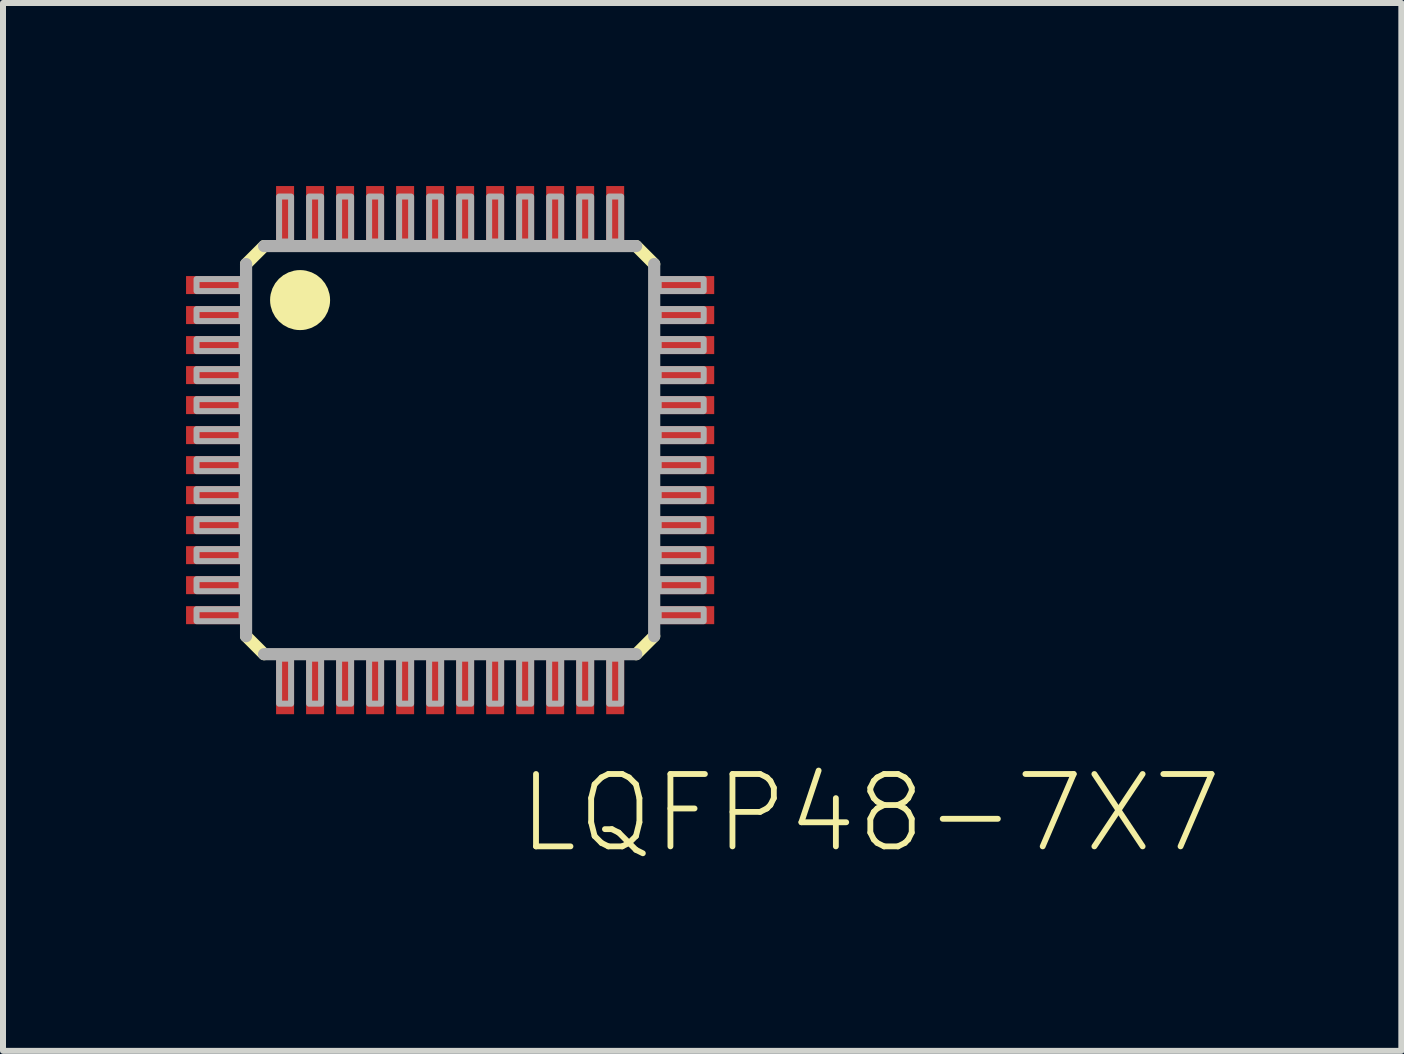
<source format=kicad_pcb>
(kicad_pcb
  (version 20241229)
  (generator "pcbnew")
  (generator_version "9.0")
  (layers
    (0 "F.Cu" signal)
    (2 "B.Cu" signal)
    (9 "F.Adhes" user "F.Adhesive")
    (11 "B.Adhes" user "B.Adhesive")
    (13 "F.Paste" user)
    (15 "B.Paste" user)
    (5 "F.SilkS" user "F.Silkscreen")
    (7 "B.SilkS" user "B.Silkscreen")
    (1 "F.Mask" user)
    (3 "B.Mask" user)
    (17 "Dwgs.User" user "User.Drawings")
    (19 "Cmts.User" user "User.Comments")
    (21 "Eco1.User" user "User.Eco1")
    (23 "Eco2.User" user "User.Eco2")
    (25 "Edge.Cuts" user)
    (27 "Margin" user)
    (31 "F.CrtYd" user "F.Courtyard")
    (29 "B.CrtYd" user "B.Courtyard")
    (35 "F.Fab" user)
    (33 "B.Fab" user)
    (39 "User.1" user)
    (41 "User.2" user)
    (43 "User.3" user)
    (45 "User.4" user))
  (footprint "LQFP48-7X7"
    (layer "F.Cu")
    (at 4.45 4.45)
    (property "Reference" "LQFP48-7X7" (at 1.08 6.755 180) (layer "F.SilkS") (effects (font (size 1.206 1.206) (thickness 0.097)) (justify left bottom)))
    (attr through_hole)
    (fp_poly (pts (xy -4.45 -2.55) (xy -3.45 -2.55) (xy -3.45 -2.95) (xy -4.45 -2.95)) (stroke (width 0) (type solid)) (fill yes) (layer "F.Mask"))
    (fp_poly (pts (xy -4.45 -2.05) (xy -3.45 -2.05) (xy -3.45 -2.45) (xy -4.45 -2.45)) (stroke (width 0) (type solid)) (fill yes) (layer "F.Mask"))
    (fp_poly (pts (xy -4.45 -1.55) (xy -3.45 -1.55) (xy -3.45 -1.95) (xy -4.45 -1.95)) (stroke (width 0) (type solid)) (fill yes) (layer "F.Mask"))
    (fp_poly (pts (xy -4.45 -1.05) (xy -3.45 -1.05) (xy -3.45 -1.45) (xy -4.45 -1.45)) (stroke (width 0) (type solid)) (fill yes) (layer "F.Mask"))
    (fp_poly (pts (xy -4.45 -0.55) (xy -3.45 -0.55) (xy -3.45 -0.95) (xy -4.45 -0.95)) (stroke (width 0) (type solid)) (fill yes) (layer "F.Mask"))
    (fp_poly (pts (xy -4.45 -0.05) (xy -3.45 -0.05) (xy -3.45 -0.45) (xy -4.45 -0.45)) (stroke (width 0) (type solid)) (fill yes) (layer "F.Mask"))
    (fp_poly (pts (xy -4.45 0.45) (xy -3.45 0.45) (xy -3.45 0.05) (xy -4.45 0.05)) (stroke (width 0) (type solid)) (fill yes) (layer "F.Mask"))
    (fp_poly (pts (xy -4.45 0.95) (xy -3.45 0.95) (xy -3.45 0.55) (xy -4.45 0.55)) (stroke (width 0) (type solid)) (fill yes) (layer "F.Mask"))
    (fp_poly (pts (xy -4.45 1.45) (xy -3.45 1.45) (xy -3.45 1.05) (xy -4.45 1.05)) (stroke (width 0) (type solid)) (fill yes) (layer "F.Mask"))
    (fp_poly (pts (xy -4.45 1.95) (xy -3.45 1.95) (xy -3.45 1.55) (xy -4.45 1.55)) (stroke (width 0) (type solid)) (fill yes) (layer "F.Mask"))
    (fp_poly (pts (xy -4.45 2.45) (xy -3.45 2.45) (xy -3.45 2.05) (xy -4.45 2.05)) (stroke (width 0) (type solid)) (fill yes) (layer "F.Mask"))
    (fp_poly (pts (xy -4.45 2.95) (xy -3.45 2.95) (xy -3.45 2.55) (xy -4.45 2.55)) (stroke (width 0) (type solid)) (fill yes) (layer "F.Mask"))
    (fp_poly (pts (xy -2.95 -4.45) (xy -2.95 -3.45) (xy -2.55 -3.45) (xy -2.55 -4.45)) (stroke (width 0) (type solid)) (fill yes) (layer "F.Mask"))
    (fp_poly (pts (xy -2.55 4.45) (xy -2.55 3.45) (xy -2.95 3.45) (xy -2.95 4.45)) (stroke (width 0) (type solid)) (fill yes) (layer "F.Mask"))
    (fp_poly (pts (xy -2.45 -4.45) (xy -2.45 -3.45) (xy -2.05 -3.45) (xy -2.05 -4.45)) (stroke (width 0) (type solid)) (fill yes) (layer "F.Mask"))
    (fp_poly (pts (xy -2.05 4.45) (xy -2.05 3.45) (xy -2.45 3.45) (xy -2.45 4.45)) (stroke (width 0) (type solid)) (fill yes) (layer "F.Mask"))
    (fp_poly (pts (xy -1.95 -4.45) (xy -1.95 -3.45) (xy -1.55 -3.45) (xy -1.55 -4.45)) (stroke (width 0) (type solid)) (fill yes) (layer "F.Mask"))
    (fp_poly (pts (xy -1.55 4.45) (xy -1.55 3.45) (xy -1.95 3.45) (xy -1.95 4.45)) (stroke (width 0) (type solid)) (fill yes) (layer "F.Mask"))
    (fp_poly (pts (xy -1.45 -4.45) (xy -1.45 -3.45) (xy -1.05 -3.45) (xy -1.05 -4.45)) (stroke (width 0) (type solid)) (fill yes) (layer "F.Mask"))
    (fp_poly (pts (xy -1.05 4.45) (xy -1.05 3.45) (xy -1.45 3.45) (xy -1.45 4.45)) (stroke (width 0) (type solid)) (fill yes) (layer "F.Mask"))
    (fp_poly (pts (xy -0.95 -4.45) (xy -0.95 -3.45) (xy -0.55 -3.45) (xy -0.55 -4.45)) (stroke (width 0) (type solid)) (fill yes) (layer "F.Mask"))
    (fp_poly (pts (xy -0.55 4.45) (xy -0.55 3.45) (xy -0.95 3.45) (xy -0.95 4.45)) (stroke (width 0) (type solid)) (fill yes) (layer "F.Mask"))
    (fp_poly (pts (xy -0.45 -4.45) (xy -0.45 -3.45) (xy -0.05 -3.45) (xy -0.05 -4.45)) (stroke (width 0) (type solid)) (fill yes) (layer "F.Mask"))
    (fp_poly (pts (xy -0.05 4.45) (xy -0.05 3.45) (xy -0.45 3.45) (xy -0.45 4.45)) (stroke (width 0) (type solid)) (fill yes) (layer "F.Mask"))
    (fp_poly (pts (xy 0.05 -4.45) (xy 0.05 -3.45) (xy 0.45 -3.45) (xy 0.45 -4.45)) (stroke (width 0) (type solid)) (fill yes) (layer "F.Mask"))
    (fp_poly (pts (xy 0.45 4.45) (xy 0.45 3.45) (xy 0.05 3.45) (xy 0.05 4.45)) (stroke (width 0) (type solid)) (fill yes) (layer "F.Mask"))
    (fp_poly (pts (xy 0.55 -4.45) (xy 0.55 -3.45) (xy 0.95 -3.45) (xy 0.95 -4.45)) (stroke (width 0) (type solid)) (fill yes) (layer "F.Mask"))
    (fp_poly (pts (xy 0.95 4.45) (xy 0.95 3.45) (xy 0.55 3.45) (xy 0.55 4.45)) (stroke (width 0) (type solid)) (fill yes) (layer "F.Mask"))
    (fp_poly (pts (xy 1.05 -4.45) (xy 1.05 -3.45) (xy 1.45 -3.45) (xy 1.45 -4.45)) (stroke (width 0) (type solid)) (fill yes) (layer "F.Mask"))
    (fp_poly (pts (xy 1.45 4.45) (xy 1.45 3.45) (xy 1.05 3.45) (xy 1.05 4.45)) (stroke (width 0) (type solid)) (fill yes) (layer "F.Mask"))
    (fp_poly (pts (xy 1.55 -4.45) (xy 1.55 -3.45) (xy 1.95 -3.45) (xy 1.95 -4.45)) (stroke (width 0) (type solid)) (fill yes) (layer "F.Mask"))
    (fp_poly (pts (xy 1.95 4.45) (xy 1.95 3.45) (xy 1.55 3.45) (xy 1.55 4.45)) (stroke (width 0) (type solid)) (fill yes) (layer "F.Mask"))
    (fp_poly (pts (xy 2.05 -4.45) (xy 2.05 -3.45) (xy 2.45 -3.45) (xy 2.45 -4.45)) (stroke (width 0) (type solid)) (fill yes) (layer "F.Mask"))
    (fp_poly (pts (xy 2.45 4.45) (xy 2.45 3.45) (xy 2.05 3.45) (xy 2.05 4.45)) (stroke (width 0) (type solid)) (fill yes) (layer "F.Mask"))
    (fp_poly (pts (xy 2.55 -4.45) (xy 2.55 -3.45) (xy 2.95 -3.45) (xy 2.95 -4.45)) (stroke (width 0) (type solid)) (fill yes) (layer "F.Mask"))
    (fp_poly (pts (xy 2.95 4.45) (xy 2.95 3.45) (xy 2.55 3.45) (xy 2.55 4.45)) (stroke (width 0) (type solid)) (fill yes) (layer "F.Mask"))
    (fp_poly (pts (xy 4.45 -2.95) (xy 3.45 -2.95) (xy 3.45 -2.55) (xy 4.45 -2.55)) (stroke (width 0) (type solid)) (fill yes) (layer "F.Mask"))
    (fp_poly (pts (xy 4.45 -2.45) (xy 3.45 -2.45) (xy 3.45 -2.05) (xy 4.45 -2.05)) (stroke (width 0) (type solid)) (fill yes) (layer "F.Mask"))
    (fp_poly (pts (xy 4.45 -1.95) (xy 3.45 -1.95) (xy 3.45 -1.55) (xy 4.45 -1.55)) (stroke (width 0) (type solid)) (fill yes) (layer "F.Mask"))
    (fp_poly (pts (xy 4.45 -1.45) (xy 3.45 -1.45) (xy 3.45 -1.05) (xy 4.45 -1.05)) (stroke (width 0) (type solid)) (fill yes) (layer "F.Mask"))
    (fp_poly (pts (xy 4.45 -0.95) (xy 3.45 -0.95) (xy 3.45 -0.55) (xy 4.45 -0.55)) (stroke (width 0) (type solid)) (fill yes) (layer "F.Mask"))
    (fp_poly (pts (xy 4.45 -0.45) (xy 3.45 -0.45) (xy 3.45 -0.05) (xy 4.45 -0.05)) (stroke (width 0) (type solid)) (fill yes) (layer "F.Mask"))
    (fp_poly (pts (xy 4.45 0.05) (xy 3.45 0.05) (xy 3.45 0.45) (xy 4.45 0.45)) (stroke (width 0) (type solid)) (fill yes) (layer "F.Mask"))
    (fp_poly (pts (xy 4.45 0.55) (xy 3.45 0.55) (xy 3.45 0.95) (xy 4.45 0.95)) (stroke (width 0) (type solid)) (fill yes) (layer "F.Mask"))
    (fp_poly (pts (xy 4.45 1.05) (xy 3.45 1.05) (xy 3.45 1.45) (xy 4.45 1.45)) (stroke (width 0) (type solid)) (fill yes) (layer "F.Mask"))
    (fp_poly (pts (xy 4.45 1.55) (xy 3.45 1.55) (xy 3.45 1.95) (xy 4.45 1.95)) (stroke (width 0) (type solid)) (fill yes) (layer "F.Mask"))
    (fp_poly (pts (xy 4.45 2.05) (xy 3.45 2.05) (xy 3.45 2.45) (xy 4.45 2.45)) (stroke (width 0) (type solid)) (fill yes) (layer "F.Mask"))
    (fp_poly (pts (xy 4.45 2.55) (xy 3.45 2.55) (xy 3.45 2.95) (xy 4.45 2.95)) (stroke (width 0) (type solid)) (fill yes) (layer "F.Mask"))
    (fp_line (start -3.4 -3.1) (end -3.1 -3.4) (stroke (width 0.203) (type solid)) (layer "F.SilkS"))
    (fp_line (start -3.1 3.4) (end -3.4 3.1) (stroke (width 0.203) (type solid)) (layer "F.SilkS"))
    (fp_line (start 3.1 -3.4) (end 3.4 -3.1) (stroke (width 0.203) (type solid)) (layer "F.SilkS"))
    (fp_line (start 3.4 3.1) (end 3.1 3.4) (stroke (width 0.203) (type solid)) (layer "F.SilkS"))
    (fp_circle (center -2.5 -2.5) (end -2.25 -2.5) (stroke (width 0.5) (type solid)) (fill no) (layer "F.SilkS"))
    (fp_poly (pts (xy -4.375 -2.625) (xy -3.525 -2.625) (xy -3.525 -2.875) (xy -4.375 -2.875)) (stroke (width 0) (type solid)) (fill yes) (layer "F.Paste"))
    (fp_poly (pts (xy -4.375 -2.125) (xy -3.525 -2.125) (xy -3.525 -2.375) (xy -4.375 -2.375)) (stroke (width 0) (type solid)) (fill yes) (layer "F.Paste"))
    (fp_poly (pts (xy -4.375 -1.625) (xy -3.525 -1.625) (xy -3.525 -1.875) (xy -4.375 -1.875)) (stroke (width 0) (type solid)) (fill yes) (layer "F.Paste"))
    (fp_poly (pts (xy -4.375 -1.125) (xy -3.525 -1.125) (xy -3.525 -1.375) (xy -4.375 -1.375)) (stroke (width 0) (type solid)) (fill yes) (layer "F.Paste"))
    (fp_poly (pts (xy -4.375 -0.625) (xy -3.525 -0.625) (xy -3.525 -0.875) (xy -4.375 -0.875)) (stroke (width 0) (type solid)) (fill yes) (layer "F.Paste"))
    (fp_poly (pts (xy -4.375 -0.125) (xy -3.525 -0.125) (xy -3.525 -0.375) (xy -4.375 -0.375)) (stroke (width 0) (type solid)) (fill yes) (layer "F.Paste"))
    (fp_poly (pts (xy -4.375 0.375) (xy -3.525 0.375) (xy -3.525 0.125) (xy -4.375 0.125)) (stroke (width 0) (type solid)) (fill yes) (layer "F.Paste"))
    (fp_poly (pts (xy -4.375 0.875) (xy -3.525 0.875) (xy -3.525 0.625) (xy -4.375 0.625)) (stroke (width 0) (type solid)) (fill yes) (layer "F.Paste"))
    (fp_poly (pts (xy -4.375 1.375) (xy -3.525 1.375) (xy -3.525 1.125) (xy -4.375 1.125)) (stroke (width 0) (type solid)) (fill yes) (layer "F.Paste"))
    (fp_poly (pts (xy -4.375 1.875) (xy -3.525 1.875) (xy -3.525 1.625) (xy -4.375 1.625)) (stroke (width 0) (type solid)) (fill yes) (layer "F.Paste"))
    (fp_poly (pts (xy -4.375 2.375) (xy -3.525 2.375) (xy -3.525 2.125) (xy -4.375 2.125)) (stroke (width 0) (type solid)) (fill yes) (layer "F.Paste"))
    (fp_poly (pts (xy -4.375 2.875) (xy -3.525 2.875) (xy -3.525 2.625) (xy -4.375 2.625)) (stroke (width 0) (type solid)) (fill yes) (layer "F.Paste"))
    (fp_poly (pts (xy -2.875 -4.375) (xy -2.875 -3.525) (xy -2.625 -3.525) (xy -2.625 -4.375)) (stroke (width 0) (type solid)) (fill yes) (layer "F.Paste"))
    (fp_poly (pts (xy -2.625 4.375) (xy -2.625 3.525) (xy -2.875 3.525) (xy -2.875 4.375)) (stroke (width 0) (type solid)) (fill yes) (layer "F.Paste"))
    (fp_poly (pts (xy -2.375 -4.375) (xy -2.375 -3.525) (xy -2.125 -3.525) (xy -2.125 -4.375)) (stroke (width 0) (type solid)) (fill yes) (layer "F.Paste"))
    (fp_poly (pts (xy -2.125 4.375) (xy -2.125 3.525) (xy -2.375 3.525) (xy -2.375 4.375)) (stroke (width 0) (type solid)) (fill yes) (layer "F.Paste"))
    (fp_poly (pts (xy -1.875 -4.375) (xy -1.875 -3.525) (xy -1.625 -3.525) (xy -1.625 -4.375)) (stroke (width 0) (type solid)) (fill yes) (layer "F.Paste"))
    (fp_poly (pts (xy -1.625 4.375) (xy -1.625 3.525) (xy -1.875 3.525) (xy -1.875 4.375)) (stroke (width 0) (type solid)) (fill yes) (layer "F.Paste"))
    (fp_poly (pts (xy -1.375 -4.375) (xy -1.375 -3.525) (xy -1.125 -3.525) (xy -1.125 -4.375)) (stroke (width 0) (type solid)) (fill yes) (layer "F.Paste"))
    (fp_poly (pts (xy -1.125 4.375) (xy -1.125 3.525) (xy -1.375 3.525) (xy -1.375 4.375)) (stroke (width 0) (type solid)) (fill yes) (layer "F.Paste"))
    (fp_poly (pts (xy -0.875 -4.375) (xy -0.875 -3.525) (xy -0.625 -3.525) (xy -0.625 -4.375)) (stroke (width 0) (type solid)) (fill yes) (layer "F.Paste"))
    (fp_poly (pts (xy -0.625 4.375) (xy -0.625 3.525) (xy -0.875 3.525) (xy -0.875 4.375)) (stroke (width 0) (type solid)) (fill yes) (layer "F.Paste"))
    (fp_poly (pts (xy -0.375 -4.375) (xy -0.375 -3.525) (xy -0.125 -3.525) (xy -0.125 -4.375)) (stroke (width 0) (type solid)) (fill yes) (layer "F.Paste"))
    (fp_poly (pts (xy -0.125 4.375) (xy -0.125 3.525) (xy -0.375 3.525) (xy -0.375 4.375)) (stroke (width 0) (type solid)) (fill yes) (layer "F.Paste"))
    (fp_poly (pts (xy 0.125 -4.375) (xy 0.125 -3.525) (xy 0.375 -3.525) (xy 0.375 -4.375)) (stroke (width 0) (type solid)) (fill yes) (layer "F.Paste"))
    (fp_poly (pts (xy 0.375 4.375) (xy 0.375 3.525) (xy 0.125 3.525) (xy 0.125 4.375)) (stroke (width 0) (type solid)) (fill yes) (layer "F.Paste"))
    (fp_poly (pts (xy 0.625 -4.375) (xy 0.625 -3.525) (xy 0.875 -3.525) (xy 0.875 -4.375)) (stroke (width 0) (type solid)) (fill yes) (layer "F.Paste"))
    (fp_poly (pts (xy 0.875 4.375) (xy 0.875 3.525) (xy 0.625 3.525) (xy 0.625 4.375)) (stroke (width 0) (type solid)) (fill yes) (layer "F.Paste"))
    (fp_poly (pts (xy 1.125 -4.375) (xy 1.125 -3.525) (xy 1.375 -3.525) (xy 1.375 -4.375)) (stroke (width 0) (type solid)) (fill yes) (layer "F.Paste"))
    (fp_poly (pts (xy 1.375 4.375) (xy 1.375 3.525) (xy 1.125 3.525) (xy 1.125 4.375)) (stroke (width 0) (type solid)) (fill yes) (layer "F.Paste"))
    (fp_poly (pts (xy 1.625 -4.375) (xy 1.625 -3.525) (xy 1.875 -3.525) (xy 1.875 -4.375)) (stroke (width 0) (type solid)) (fill yes) (layer "F.Paste"))
    (fp_poly (pts (xy 1.875 4.375) (xy 1.875 3.525) (xy 1.625 3.525) (xy 1.625 4.375)) (stroke (width 0) (type solid)) (fill yes) (layer "F.Paste"))
    (fp_poly (pts (xy 2.125 -4.375) (xy 2.125 -3.525) (xy 2.375 -3.525) (xy 2.375 -4.375)) (stroke (width 0) (type solid)) (fill yes) (layer "F.Paste"))
    (fp_poly (pts (xy 2.375 4.375) (xy 2.375 3.525) (xy 2.125 3.525) (xy 2.125 4.375)) (stroke (width 0) (type solid)) (fill yes) (layer "F.Paste"))
    (fp_poly (pts (xy 2.625 -4.375) (xy 2.625 -3.525) (xy 2.875 -3.525) (xy 2.875 -4.375)) (stroke (width 0) (type solid)) (fill yes) (layer "F.Paste"))
    (fp_poly (pts (xy 2.875 4.375) (xy 2.875 3.525) (xy 2.625 3.525) (xy 2.625 4.375)) (stroke (width 0) (type solid)) (fill yes) (layer "F.Paste"))
    (fp_poly (pts (xy 4.375 -2.875) (xy 3.525 -2.875) (xy 3.525 -2.625) (xy 4.375 -2.625)) (stroke (width 0) (type solid)) (fill yes) (layer "F.Paste"))
    (fp_poly (pts (xy 4.375 -2.375) (xy 3.525 -2.375) (xy 3.525 -2.125) (xy 4.375 -2.125)) (stroke (width 0) (type solid)) (fill yes) (layer "F.Paste"))
    (fp_poly (pts (xy 4.375 -1.875) (xy 3.525 -1.875) (xy 3.525 -1.625) (xy 4.375 -1.625)) (stroke (width 0) (type solid)) (fill yes) (layer "F.Paste"))
    (fp_poly (pts (xy 4.375 -1.375) (xy 3.525 -1.375) (xy 3.525 -1.125) (xy 4.375 -1.125)) (stroke (width 0) (type solid)) (fill yes) (layer "F.Paste"))
    (fp_poly (pts (xy 4.375 -0.875) (xy 3.525 -0.875) (xy 3.525 -0.625) (xy 4.375 -0.625)) (stroke (width 0) (type solid)) (fill yes) (layer "F.Paste"))
    (fp_poly (pts (xy 4.375 -0.375) (xy 3.525 -0.375) (xy 3.525 -0.125) (xy 4.375 -0.125)) (stroke (width 0) (type solid)) (fill yes) (layer "F.Paste"))
    (fp_poly (pts (xy 4.375 0.125) (xy 3.525 0.125) (xy 3.525 0.375) (xy 4.375 0.375)) (stroke (width 0) (type solid)) (fill yes) (layer "F.Paste"))
    (fp_poly (pts (xy 4.375 0.625) (xy 3.525 0.625) (xy 3.525 0.875) (xy 4.375 0.875)) (stroke (width 0) (type solid)) (fill yes) (layer "F.Paste"))
    (fp_poly (pts (xy 4.375 1.125) (xy 3.525 1.125) (xy 3.525 1.375) (xy 4.375 1.375)) (stroke (width 0) (type solid)) (fill yes) (layer "F.Paste"))
    (fp_poly (pts (xy 4.375 1.625) (xy 3.525 1.625) (xy 3.525 1.875) (xy 4.375 1.875)) (stroke (width 0) (type solid)) (fill yes) (layer "F.Paste"))
    (fp_poly (pts (xy 4.375 2.125) (xy 3.525 2.125) (xy 3.525 2.375) (xy 4.375 2.375)) (stroke (width 0) (type solid)) (fill yes) (layer "F.Paste"))
    (fp_poly (pts (xy 4.375 2.625) (xy 3.525 2.625) (xy 3.525 2.875) (xy 4.375 2.875)) (stroke (width 0) (type solid)) (fill yes) (layer "F.Paste"))
    (fp_line (start -3.4 3.1) (end -3.4 -3.1) (stroke (width 0.203) (type solid)) (layer "F.Fab"))
    (fp_line (start -3.1 -3.4) (end 3.1 -3.4) (stroke (width 0.203) (type solid)) (layer "F.Fab"))
    (fp_line (start 3.1 3.4) (end -3.1 3.4) (stroke (width 0.203) (type solid)) (layer "F.Fab"))
    (fp_line (start 3.4 -3.1) (end 3.4 3.1) (stroke (width 0.203) (type solid)) (layer "F.Fab"))
    (fp_poly (pts (xy -4.225 -2.65) (xy -3.475 -2.65) (xy -3.475 -2.85) (xy -4.225 -2.85)) (stroke (width 0.1) (type solid)) (fill no) (layer "F.Fab"))
    (fp_poly (pts (xy -4.225 -2.15) (xy -3.475 -2.15) (xy -3.475 -2.35) (xy -4.225 -2.35)) (stroke (width 0.1) (type solid)) (fill no) (layer "F.Fab"))
    (fp_poly (pts (xy -4.225 -1.65) (xy -3.475 -1.65) (xy -3.475 -1.85) (xy -4.225 -1.85)) (stroke (width 0.1) (type solid)) (fill no) (layer "F.Fab"))
    (fp_poly (pts (xy -4.225 -1.15) (xy -3.475 -1.15) (xy -3.475 -1.35) (xy -4.225 -1.35)) (stroke (width 0.1) (type solid)) (fill no) (layer "F.Fab"))
    (fp_poly (pts (xy -4.225 -0.65) (xy -3.475 -0.65) (xy -3.475 -0.85) (xy -4.225 -0.85)) (stroke (width 0.1) (type solid)) (fill no) (layer "F.Fab"))
    (fp_poly (pts (xy -4.225 -0.15) (xy -3.475 -0.15) (xy -3.475 -0.35) (xy -4.225 -0.35)) (stroke (width 0.1) (type solid)) (fill no) (layer "F.Fab"))
    (fp_poly (pts (xy -4.225 0.35) (xy -3.475 0.35) (xy -3.475 0.15) (xy -4.225 0.15)) (stroke (width 0.1) (type solid)) (fill no) (layer "F.Fab"))
    (fp_poly (pts (xy -4.225 0.85) (xy -3.475 0.85) (xy -3.475 0.65) (xy -4.225 0.65)) (stroke (width 0.1) (type solid)) (fill no) (layer "F.Fab"))
    (fp_poly (pts (xy -4.225 1.35) (xy -3.475 1.35) (xy -3.475 1.15) (xy -4.225 1.15)) (stroke (width 0.1) (type solid)) (fill no) (layer "F.Fab"))
    (fp_poly (pts (xy -4.225 1.85) (xy -3.475 1.85) (xy -3.475 1.65) (xy -4.225 1.65)) (stroke (width 0.1) (type solid)) (fill no) (layer "F.Fab"))
    (fp_poly (pts (xy -4.225 2.35) (xy -3.475 2.35) (xy -3.475 2.15) (xy -4.225 2.15)) (stroke (width 0.1) (type solid)) (fill no) (layer "F.Fab"))
    (fp_poly (pts (xy -4.225 2.85) (xy -3.475 2.85) (xy -3.475 2.65) (xy -4.225 2.65)) (stroke (width 0.1) (type solid)) (fill no) (layer "F.Fab"))
    (fp_poly (pts (xy -2.85 -4.225) (xy -2.85 -3.475) (xy -2.65 -3.475) (xy -2.65 -4.225)) (stroke (width 0.1) (type solid)) (fill no) (layer "F.Fab"))
    (fp_poly (pts (xy -2.65 4.225) (xy -2.65 3.475) (xy -2.85 3.475) (xy -2.85 4.225)) (stroke (width 0.1) (type solid)) (fill no) (layer "F.Fab"))
    (fp_poly (pts (xy -2.35 -4.225) (xy -2.35 -3.475) (xy -2.15 -3.475) (xy -2.15 -4.225)) (stroke (width 0.1) (type solid)) (fill no) (layer "F.Fab"))
    (fp_poly (pts (xy -2.15 4.225) (xy -2.15 3.475) (xy -2.35 3.475) (xy -2.35 4.225)) (stroke (width 0.1) (type solid)) (fill no) (layer "F.Fab"))
    (fp_poly (pts (xy -1.85 -4.225) (xy -1.85 -3.475) (xy -1.65 -3.475) (xy -1.65 -4.225)) (stroke (width 0.1) (type solid)) (fill no) (layer "F.Fab"))
    (fp_poly (pts (xy -1.65 4.225) (xy -1.65 3.475) (xy -1.85 3.475) (xy -1.85 4.225)) (stroke (width 0.1) (type solid)) (fill no) (layer "F.Fab"))
    (fp_poly (pts (xy -1.35 -4.225) (xy -1.35 -3.475) (xy -1.15 -3.475) (xy -1.15 -4.225)) (stroke (width 0.1) (type solid)) (fill no) (layer "F.Fab"))
    (fp_poly (pts (xy -1.15 4.225) (xy -1.15 3.475) (xy -1.35 3.475) (xy -1.35 4.225)) (stroke (width 0.1) (type solid)) (fill no) (layer "F.Fab"))
    (fp_poly (pts (xy -0.85 -4.225) (xy -0.85 -3.475) (xy -0.65 -3.475) (xy -0.65 -4.225)) (stroke (width 0.1) (type solid)) (fill no) (layer "F.Fab"))
    (fp_poly (pts (xy -0.65 4.225) (xy -0.65 3.475) (xy -0.85 3.475) (xy -0.85 4.225)) (stroke (width 0.1) (type solid)) (fill no) (layer "F.Fab"))
    (fp_poly (pts (xy -0.35 -4.225) (xy -0.35 -3.475) (xy -0.15 -3.475) (xy -0.15 -4.225)) (stroke (width 0.1) (type solid)) (fill no) (layer "F.Fab"))
    (fp_poly (pts (xy -0.15 4.225) (xy -0.15 3.475) (xy -0.35 3.475) (xy -0.35 4.225)) (stroke (width 0.1) (type solid)) (fill no) (layer "F.Fab"))
    (fp_poly (pts (xy 0.15 -4.225) (xy 0.15 -3.475) (xy 0.35 -3.475) (xy 0.35 -4.225)) (stroke (width 0.1) (type solid)) (fill no) (layer "F.Fab"))
    (fp_poly (pts (xy 0.35 4.225) (xy 0.35 3.475) (xy 0.15 3.475) (xy 0.15 4.225)) (stroke (width 0.1) (type solid)) (fill no) (layer "F.Fab"))
    (fp_poly (pts (xy 0.65 -4.225) (xy 0.65 -3.475) (xy 0.85 -3.475) (xy 0.85 -4.225)) (stroke (width 0.1) (type solid)) (fill no) (layer "F.Fab"))
    (fp_poly (pts (xy 0.85 4.225) (xy 0.85 3.475) (xy 0.65 3.475) (xy 0.65 4.225)) (stroke (width 0.1) (type solid)) (fill no) (layer "F.Fab"))
    (fp_poly (pts (xy 1.15 -4.225) (xy 1.15 -3.475) (xy 1.35 -3.475) (xy 1.35 -4.225)) (stroke (width 0.1) (type solid)) (fill no) (layer "F.Fab"))
    (fp_poly (pts (xy 1.35 4.225) (xy 1.35 3.475) (xy 1.15 3.475) (xy 1.15 4.225)) (stroke (width 0.1) (type solid)) (fill no) (layer "F.Fab"))
    (fp_poly (pts (xy 1.65 -4.225) (xy 1.65 -3.475) (xy 1.85 -3.475) (xy 1.85 -4.225)) (stroke (width 0.1) (type solid)) (fill no) (layer "F.Fab"))
    (fp_poly (pts (xy 1.85 4.225) (xy 1.85 3.475) (xy 1.65 3.475) (xy 1.65 4.225)) (stroke (width 0.1) (type solid)) (fill no) (layer "F.Fab"))
    (fp_poly (pts (xy 2.15 -4.225) (xy 2.15 -3.475) (xy 2.35 -3.475) (xy 2.35 -4.225)) (stroke (width 0.1) (type solid)) (fill no) (layer "F.Fab"))
    (fp_poly (pts (xy 2.35 4.225) (xy 2.35 3.475) (xy 2.15 3.475) (xy 2.15 4.225)) (stroke (width 0.1) (type solid)) (fill no) (layer "F.Fab"))
    (fp_poly (pts (xy 2.65 -4.225) (xy 2.65 -3.475) (xy 2.85 -3.475) (xy 2.85 -4.225)) (stroke (width 0.1) (type solid)) (fill no) (layer "F.Fab"))
    (fp_poly (pts (xy 2.85 4.225) (xy 2.85 3.475) (xy 2.65 3.475) (xy 2.65 4.225)) (stroke (width 0.1) (type solid)) (fill no) (layer "F.Fab"))
    (fp_poly (pts (xy 4.225 -2.85) (xy 3.475 -2.85) (xy 3.475 -2.65) (xy 4.225 -2.65)) (stroke (width 0.1) (type solid)) (fill no) (layer "F.Fab"))
    (fp_poly (pts (xy 4.225 -2.35) (xy 3.475 -2.35) (xy 3.475 -2.15) (xy 4.225 -2.15)) (stroke (width 0.1) (type solid)) (fill no) (layer "F.Fab"))
    (fp_poly (pts (xy 4.225 -1.85) (xy 3.475 -1.85) (xy 3.475 -1.65) (xy 4.225 -1.65)) (stroke (width 0.1) (type solid)) (fill no) (layer "F.Fab"))
    (fp_poly (pts (xy 4.225 -1.35) (xy 3.475 -1.35) (xy 3.475 -1.15) (xy 4.225 -1.15)) (stroke (width 0.1) (type solid)) (fill no) (layer "F.Fab"))
    (fp_poly (pts (xy 4.225 -0.85) (xy 3.475 -0.85) (xy 3.475 -0.65) (xy 4.225 -0.65)) (stroke (width 0.1) (type solid)) (fill no) (layer "F.Fab"))
    (fp_poly (pts (xy 4.225 -0.35) (xy 3.475 -0.35) (xy 3.475 -0.15) (xy 4.225 -0.15)) (stroke (width 0.1) (type solid)) (fill no) (layer "F.Fab"))
    (fp_poly (pts (xy 4.225 0.15) (xy 3.475 0.15) (xy 3.475 0.35) (xy 4.225 0.35)) (stroke (width 0.1) (type solid)) (fill no) (layer "F.Fab"))
    (fp_poly (pts (xy 4.225 0.65) (xy 3.475 0.65) (xy 3.475 0.85) (xy 4.225 0.85)) (stroke (width 0.1) (type solid)) (fill no) (layer "F.Fab"))
    (fp_poly (pts (xy 4.225 1.15) (xy 3.475 1.15) (xy 3.475 1.35) (xy 4.225 1.35)) (stroke (width 0.1) (type solid)) (fill no) (layer "F.Fab"))
    (fp_poly (pts (xy 4.225 1.65) (xy 3.475 1.65) (xy 3.475 1.85) (xy 4.225 1.85)) (stroke (width 0.1) (type solid)) (fill no) (layer "F.Fab"))
    (fp_poly (pts (xy 4.225 2.15) (xy 3.475 2.15) (xy 3.475 2.35) (xy 4.225 2.35)) (stroke (width 0.1) (type solid)) (fill no) (layer "F.Fab"))
    (fp_poly (pts (xy 4.225 2.65) (xy 3.475 2.65) (xy 3.475 2.85) (xy 4.225 2.85)) (stroke (width 0.1) (type solid)) (fill no) (layer "F.Fab"))
    (pad "1" smd rect (at -3.95 -2.75) (size 0.9 0.3) (layers "F.Cu" "F.Mask"))
    (pad "2" smd rect (at -3.95 -2.25) (size 0.9 0.3) (layers "F.Cu" "F.Mask"))
    (pad "3" smd rect (at -3.95 -1.75) (size 0.9 0.3) (layers "F.Cu" "F.Mask"))
    (pad "4" smd rect (at -3.95 -1.25) (size 0.9 0.3) (layers "F.Cu" "F.Mask"))
    (pad "5" smd rect (at -3.95 -0.75) (size 0.9 0.3) (layers "F.Cu" "F.Mask"))
    (pad "6" smd rect (at -3.95 -0.25) (size 0.9 0.3) (layers "F.Cu" "F.Mask"))
    (pad "7" smd rect (at -3.95 0.25) (size 0.9 0.3) (layers "F.Cu" "F.Mask"))
    (pad "8" smd rect (at -3.95 0.75) (size 0.9 0.3) (layers "F.Cu" "F.Mask"))
    (pad "9" smd rect (at -3.95 1.25) (size 0.9 0.3) (layers "F.Cu" "F.Mask"))
    (pad "10" smd rect (at -3.95 1.75) (size 0.9 0.3) (layers "F.Cu" "F.Mask"))
    (pad "11" smd rect (at -3.95 2.25) (size 0.9 0.3) (layers "F.Cu" "F.Mask"))
    (pad "12" smd rect (at -3.95 2.75) (size 0.9 0.3) (layers "F.Cu" "F.Mask"))
    (pad "13" smd rect (at -2.75 3.95 90) (size 0.9 0.3) (layers "F.Cu" "F.Mask"))
    (pad "14" smd rect (at -2.25 3.95 90) (size 0.9 0.3) (layers "F.Cu" "F.Mask"))
    (pad "15" smd rect (at -1.75 3.95 90) (size 0.9 0.3) (layers "F.Cu" "F.Mask"))
    (pad "16" smd rect (at -1.25 3.95 90) (size 0.9 0.3) (layers "F.Cu" "F.Mask"))
    (pad "17" smd rect (at -0.75 3.95 90) (size 0.9 0.3) (layers "F.Cu" "F.Mask"))
    (pad "18" smd rect (at -0.25 3.95 90) (size 0.9 0.3) (layers "F.Cu" "F.Mask"))
    (pad "19" smd rect (at 0.25 3.95 90) (size 0.9 0.3) (layers "F.Cu" "F.Mask"))
    (pad "20" smd rect (at 0.75 3.95 90) (size 0.9 0.3) (layers "F.Cu" "F.Mask"))
    (pad "21" smd rect (at 1.25 3.95 90) (size 0.9 0.3) (layers "F.Cu" "F.Mask"))
    (pad "22" smd rect (at 1.75 3.95 90) (size 0.9 0.3) (layers "F.Cu" "F.Mask"))
    (pad "23" smd rect (at 2.25 3.95 90) (size 0.9 0.3) (layers "F.Cu" "F.Mask"))
    (pad "24" smd rect (at 2.75 3.95 90) (size 0.9 0.3) (layers "F.Cu" "F.Mask"))
    (pad "25" smd rect (at 3.95 2.75 180) (size 0.9 0.3) (layers "F.Cu" "F.Mask"))
    (pad "26" smd rect (at 3.95 2.25 180) (size 0.9 0.3) (layers "F.Cu" "F.Mask"))
    (pad "27" smd rect (at 3.95 1.75 180) (size 0.9 0.3) (layers "F.Cu" "F.Mask"))
    (pad "28" smd rect (at 3.95 1.25 180) (size 0.9 0.3) (layers "F.Cu" "F.Mask"))
    (pad "29" smd rect (at 3.95 0.75 180) (size 0.9 0.3) (layers "F.Cu" "F.Mask"))
    (pad "30" smd rect (at 3.95 0.25 180) (size 0.9 0.3) (layers "F.Cu" "F.Mask"))
    (pad "31" smd rect (at 3.95 -0.25 180) (size 0.9 0.3) (layers "F.Cu" "F.Mask"))
    (pad "32" smd rect (at 3.95 -0.75 180) (size 0.9 0.3) (layers "F.Cu" "F.Mask"))
    (pad "33" smd rect (at 3.95 -1.25 180) (size 0.9 0.3) (layers "F.Cu" "F.Mask"))
    (pad "34" smd rect (at 3.95 -1.75 180) (size 0.9 0.3) (layers "F.Cu" "F.Mask"))
    (pad "35" smd rect (at 3.95 -2.25 180) (size 0.9 0.3) (layers "F.Cu" "F.Mask"))
    (pad "36" smd rect (at 3.95 -2.75 180) (size 0.9 0.3) (layers "F.Cu" "F.Mask"))
    (pad "37" smd rect (at 2.75 -3.95 270) (size 0.9 0.3) (layers "F.Cu" "F.Mask"))
    (pad "38" smd rect (at 2.25 -3.95 270) (size 0.9 0.3) (layers "F.Cu" "F.Mask"))
    (pad "39" smd rect (at 1.75 -3.95 270) (size 0.9 0.3) (layers "F.Cu" "F.Mask"))
    (pad "40" smd rect (at 1.25 -3.95 270) (size 0.9 0.3) (layers "F.Cu" "F.Mask"))
    (pad "41" smd rect (at 0.75 -3.95 270) (size 0.9 0.3) (layers "F.Cu" "F.Mask"))
    (pad "42" smd rect (at 0.25 -3.95 270) (size 0.9 0.3) (layers "F.Cu" "F.Mask"))
    (pad "43" smd rect (at -0.25 -3.95 270) (size 0.9 0.3) (layers "F.Cu" "F.Mask"))
    (pad "44" smd rect (at -0.75 -3.95 270) (size 0.9 0.3) (layers "F.Cu" "F.Mask"))
    (pad "45" smd rect (at -1.25 -3.95 270) (size 0.9 0.3) (layers "F.Cu" "F.Mask"))
    (pad "46" smd rect (at -1.75 -3.95 270) (size 0.9 0.3) (layers "F.Cu" "F.Mask"))
    (pad "47" smd rect (at -2.25 -3.95 270) (size 0.9 0.3) (layers "F.Cu" "F.Mask"))
    (pad "48" smd rect (at -2.75 -3.95 270) (size 0.9 0.3) (layers "F.Cu" "F.Mask")))
  (gr_rect
    (start -3 -3)
    (end 20.299 14.459)
    (stroke (width 0.1) (type default))
    (fill no)
    (layer "Edge.Cuts")))
</source>
